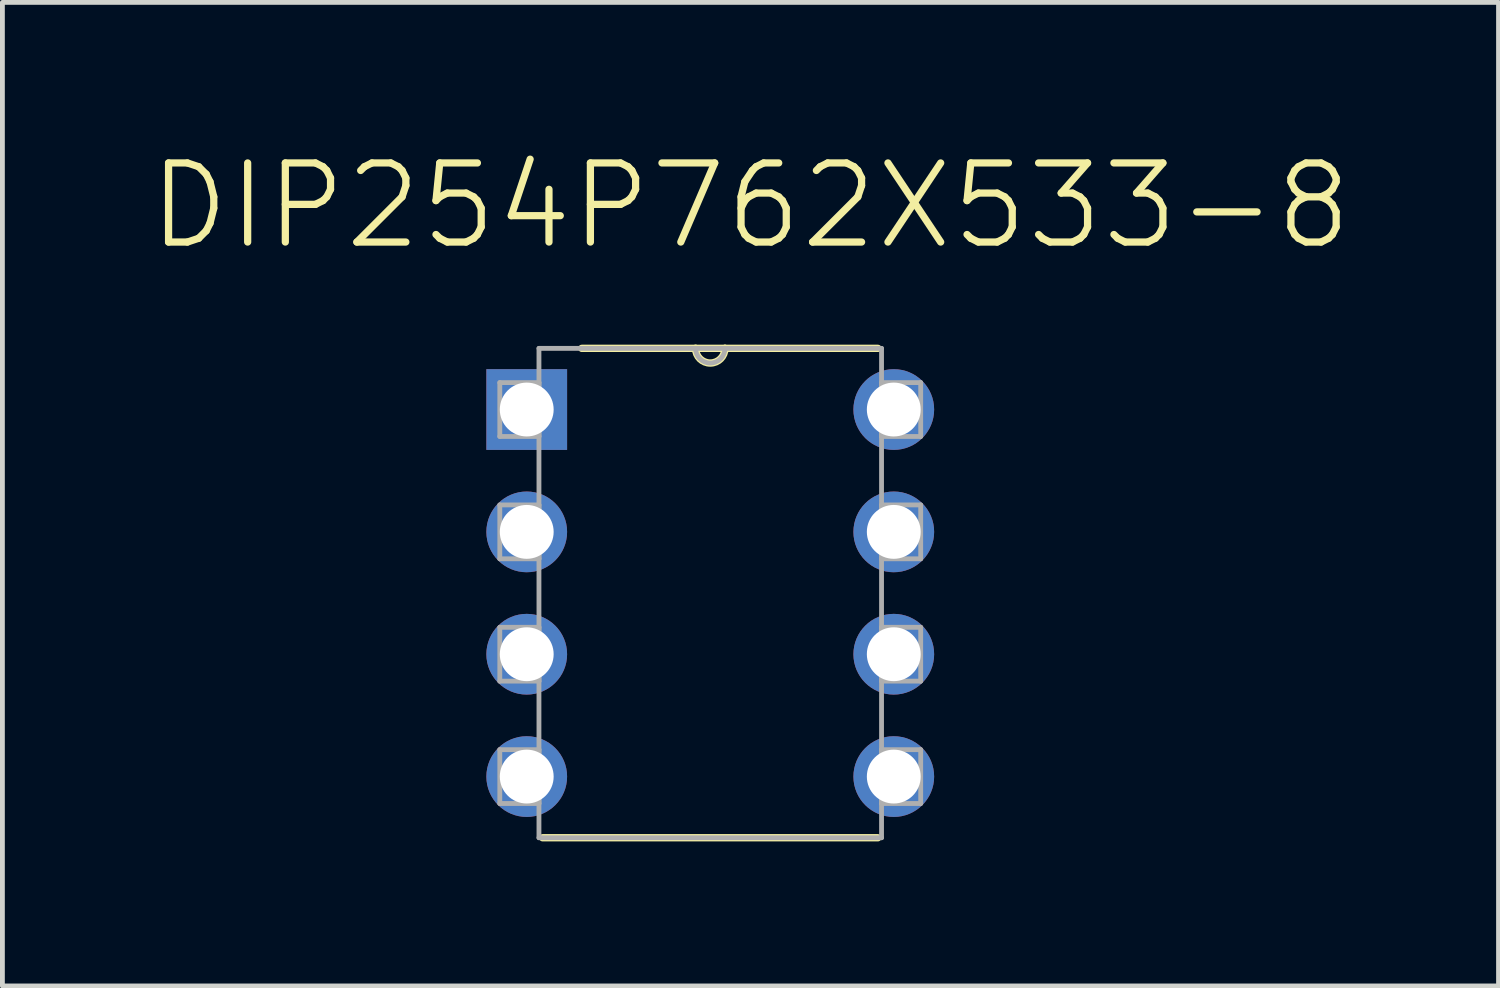
<source format=kicad_pcb>
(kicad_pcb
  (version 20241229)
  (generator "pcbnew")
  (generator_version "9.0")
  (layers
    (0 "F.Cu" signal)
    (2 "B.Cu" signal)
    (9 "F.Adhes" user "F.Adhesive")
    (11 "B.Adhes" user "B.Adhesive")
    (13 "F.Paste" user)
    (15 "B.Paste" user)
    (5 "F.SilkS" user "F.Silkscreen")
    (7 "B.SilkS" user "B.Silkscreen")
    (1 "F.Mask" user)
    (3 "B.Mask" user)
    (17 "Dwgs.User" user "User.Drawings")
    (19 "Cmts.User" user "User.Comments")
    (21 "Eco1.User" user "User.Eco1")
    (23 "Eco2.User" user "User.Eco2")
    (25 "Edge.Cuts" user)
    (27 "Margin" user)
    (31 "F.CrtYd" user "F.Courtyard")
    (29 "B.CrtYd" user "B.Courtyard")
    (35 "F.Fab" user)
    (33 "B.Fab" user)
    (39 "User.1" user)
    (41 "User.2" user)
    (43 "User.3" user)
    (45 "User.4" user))
  (footprint "DIP254P762X533-8"
    (layer "F.Cu")
    (at 15.505 13.072)
    (property "Reference" "DIP254P762X533-8" (at -2.975 -11.849 0) (layer "F.SilkS") (effects (font (size 1.642 1.642) (thickness 0.15))))
    (attr through_hole)
    (fp_line (start -7.29 1.27) (end -0.33 1.27) (stroke (width 0.152) (type solid)) (layer "F.SilkS"))
    (fp_line (start -4.115 -8.89) (end -6.477 -8.89) (stroke (width 0.152) (type solid)) (layer "F.SilkS"))
    (fp_line (start -3.505 -8.89) (end -4.115 -8.89) (stroke (width 0.152) (type solid)) (layer "F.SilkS"))
    (fp_line (start -0.33 -8.89) (end -3.505 -8.89) (stroke (width 0.152) (type solid)) (layer "F.SilkS"))
    (fp_arc (start -3.5052 -8.89) (mid -3.81 -8.5852) (end -4.1148 -8.89) (stroke (width 0.1524) (type solid)) (layer "F.SilkS"))
    (fp_line (start -8.179 -8.179) (end -8.179 -7.061) (stroke (width 0.1) (type solid)) (layer "F.Fab"))
    (fp_line (start -8.179 -7.061) (end -7.366 -7.061) (stroke (width 0.1) (type solid)) (layer "F.Fab"))
    (fp_line (start -8.179 -5.639) (end -8.179 -4.521) (stroke (width 0.1) (type solid)) (layer "F.Fab"))
    (fp_line (start -8.179 -4.521) (end -7.366 -4.521) (stroke (width 0.1) (type solid)) (layer "F.Fab"))
    (fp_line (start -8.179 -3.099) (end -8.179 -1.981) (stroke (width 0.1) (type solid)) (layer "F.Fab"))
    (fp_line (start -8.179 -1.981) (end -7.366 -1.981) (stroke (width 0.1) (type solid)) (layer "F.Fab"))
    (fp_line (start -8.179 -0.559) (end -8.179 0.559) (stroke (width 0.1) (type solid)) (layer "F.Fab"))
    (fp_line (start -8.179 0.559) (end -7.366 0.559) (stroke (width 0.1) (type solid)) (layer "F.Fab"))
    (fp_line (start -7.366 -8.89) (end -7.366 1.27) (stroke (width 0.1) (type solid)) (layer "F.Fab"))
    (fp_line (start -7.366 -8.179) (end -8.179 -8.179) (stroke (width 0.1) (type solid)) (layer "F.Fab"))
    (fp_line (start -7.366 -7.061) (end -7.366 -8.179) (stroke (width 0.1) (type solid)) (layer "F.Fab"))
    (fp_line (start -7.366 -5.639) (end -8.179 -5.639) (stroke (width 0.1) (type solid)) (layer "F.Fab"))
    (fp_line (start -7.366 -4.521) (end -7.366 -5.639) (stroke (width 0.1) (type solid)) (layer "F.Fab"))
    (fp_line (start -7.366 -3.099) (end -8.179 -3.099) (stroke (width 0.1) (type solid)) (layer "F.Fab"))
    (fp_line (start -7.366 -1.981) (end -7.366 -3.099) (stroke (width 0.1) (type solid)) (layer "F.Fab"))
    (fp_line (start -7.366 -0.559) (end -8.179 -0.559) (stroke (width 0.1) (type solid)) (layer "F.Fab"))
    (fp_line (start -7.366 0.559) (end -7.366 -0.559) (stroke (width 0.1) (type solid)) (layer "F.Fab"))
    (fp_line (start -7.366 1.27) (end -0.254 1.27) (stroke (width 0.1) (type solid)) (layer "F.Fab"))
    (fp_line (start -4.115 -8.89) (end -7.366 -8.89) (stroke (width 0.1) (type solid)) (layer "F.Fab"))
    (fp_line (start -3.505 -8.89) (end -4.115 -8.89) (stroke (width 0.1) (type solid)) (layer "F.Fab"))
    (fp_line (start -0.254 -8.89) (end -3.505 -8.89) (stroke (width 0.1) (type solid)) (layer "F.Fab"))
    (fp_line (start -0.254 -8.179) (end -0.254 -7.061) (stroke (width 0.1) (type solid)) (layer "F.Fab"))
    (fp_line (start -0.254 -7.061) (end 0.559 -7.061) (stroke (width 0.1) (type solid)) (layer "F.Fab"))
    (fp_line (start -0.254 -5.639) (end -0.254 -4.521) (stroke (width 0.1) (type solid)) (layer "F.Fab"))
    (fp_line (start -0.254 -4.521) (end 0.559 -4.521) (stroke (width 0.1) (type solid)) (layer "F.Fab"))
    (fp_line (start -0.254 -3.099) (end -0.254 -1.981) (stroke (width 0.1) (type solid)) (layer "F.Fab"))
    (fp_line (start -0.254 -1.981) (end 0.559 -1.981) (stroke (width 0.1) (type solid)) (layer "F.Fab"))
    (fp_line (start -0.254 -0.559) (end -0.254 0.559) (stroke (width 0.1) (type solid)) (layer "F.Fab"))
    (fp_line (start -0.254 0.559) (end 0.559 0.559) (stroke (width 0.1) (type solid)) (layer "F.Fab"))
    (fp_line (start -0.254 1.27) (end -0.254 -8.89) (stroke (width 0.1) (type solid)) (layer "F.Fab"))
    (fp_line (start 0.559 -8.179) (end -0.254 -8.179) (stroke (width 0.1) (type solid)) (layer "F.Fab"))
    (fp_line (start 0.559 -7.061) (end 0.559 -8.179) (stroke (width 0.1) (type solid)) (layer "F.Fab"))
    (fp_line (start 0.559 -5.639) (end -0.254 -5.639) (stroke (width 0.1) (type solid)) (layer "F.Fab"))
    (fp_line (start 0.559 -4.521) (end 0.559 -5.639) (stroke (width 0.1) (type solid)) (layer "F.Fab"))
    (fp_line (start 0.559 -3.099) (end -0.254 -3.099) (stroke (width 0.1) (type solid)) (layer "F.Fab"))
    (fp_line (start 0.559 -1.981) (end 0.559 -3.099) (stroke (width 0.1) (type solid)) (layer "F.Fab"))
    (fp_line (start 0.559 -0.559) (end -0.254 -0.559) (stroke (width 0.1) (type solid)) (layer "F.Fab"))
    (fp_line (start 0.559 0.559) (end 0.559 -0.559) (stroke (width 0.1) (type solid)) (layer "F.Fab"))
    (fp_arc (start -3.5052 -8.89) (mid -3.81 -8.5852) (end -4.1148 -8.89) (stroke (width 0.1) (type solid)) (layer "F.Fab"))
    (pad "1" thru_hole rect (at -7.62 -7.62) (size 1.676 1.676) (drill 1.118) (layers "*.Cu" "*.Mask"))
    (pad "2" thru_hole circle (at -7.62 -5.08) (size 1.676 1.676) (drill 1.118) (layers "*.Cu" "*.Mask"))
    (pad "3" thru_hole circle (at -7.62 -2.54) (size 1.676 1.676) (drill 1.118) (layers "*.Cu" "*.Mask"))
    (pad "4" thru_hole circle (at -7.62 0) (size 1.676 1.676) (drill 1.118) (layers "*.Cu" "*.Mask"))
    (pad "5" thru_hole circle (at 0 0) (size 1.676 1.676) (drill 1.118) (layers "*.Cu" "*.Mask"))
    (pad "6" thru_hole circle (at 0 -2.54) (size 1.676 1.676) (drill 1.118) (layers "*.Cu" "*.Mask"))
    (pad "7" thru_hole circle (at 0 -5.08) (size 1.676 1.676) (drill 1.118) (layers "*.Cu" "*.Mask"))
    (pad "8" thru_hole circle (at 0 -7.62) (size 1.676 1.676) (drill 1.118) (layers "*.Cu" "*.Mask")))
  (gr_rect
    (start -3 -3)
    (end 28.06 17.419)
    (stroke (width 0.1) (type default))
    (fill no)
    (layer "Edge.Cuts")))
</source>
